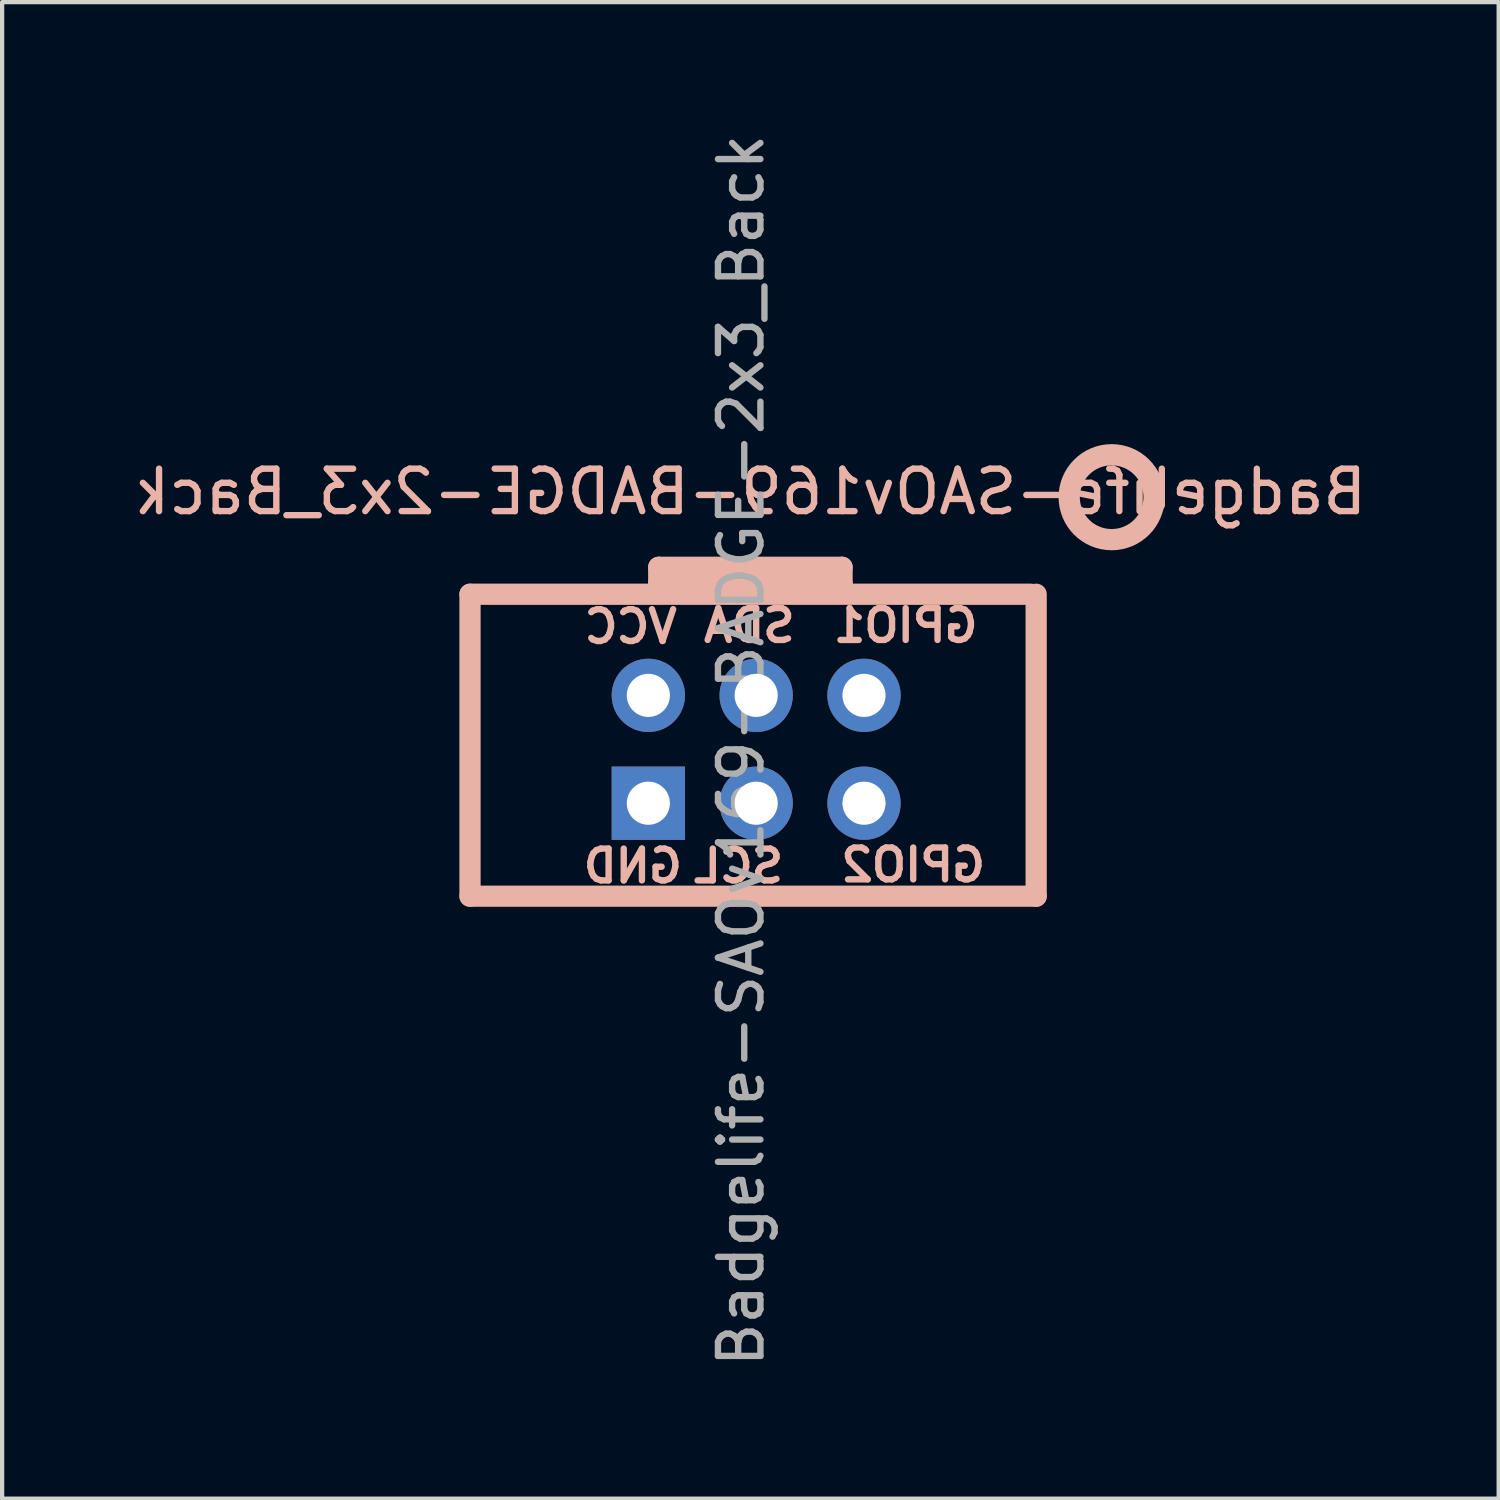
<source format=kicad_pcb>
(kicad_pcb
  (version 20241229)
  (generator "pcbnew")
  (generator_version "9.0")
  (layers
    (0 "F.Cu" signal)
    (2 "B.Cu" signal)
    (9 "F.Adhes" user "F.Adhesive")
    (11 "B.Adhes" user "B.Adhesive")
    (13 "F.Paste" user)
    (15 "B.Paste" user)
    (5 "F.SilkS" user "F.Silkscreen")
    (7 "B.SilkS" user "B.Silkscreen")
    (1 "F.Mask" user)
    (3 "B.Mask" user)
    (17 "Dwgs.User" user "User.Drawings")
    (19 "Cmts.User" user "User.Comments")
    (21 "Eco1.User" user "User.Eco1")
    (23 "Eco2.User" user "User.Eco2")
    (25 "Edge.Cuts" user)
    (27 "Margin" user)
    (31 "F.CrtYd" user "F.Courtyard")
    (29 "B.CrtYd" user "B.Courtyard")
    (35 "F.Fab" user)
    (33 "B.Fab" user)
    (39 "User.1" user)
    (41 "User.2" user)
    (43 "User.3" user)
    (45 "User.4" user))
  (footprint "Badgelife-SAOv169-BADGE-2x3_Back"
    (layer "F.Cu")
    (at 14.371 14.681)
    (property "Reference" "Badgelife-SAOv169-BADGE-2x3_Back" (at 0.254 -6.147 180) (layer "B.SilkS") (effects (font (size 1 1) (thickness 0.15)) (justify mirror)))
    (attr through_hole)
    (fp_line (start -6.35 -3.734) (end -6.35 3.378) (stroke (width 0.5) (type solid)) (layer "B.SilkS"))
    (fp_line (start -6.35 3.378) (end 6.985 3.378) (stroke (width 0.5) (type solid)) (layer "B.SilkS"))
    (fp_line (start -1.905 -4.369) (end -1.905 -3.861) (stroke (width 0.5) (type solid)) (layer "B.SilkS"))
    (fp_line (start -1.905 -3.988) (end 2.413 -3.988) (stroke (width 0.5) (type solid)) (layer "B.SilkS"))
    (fp_line (start 2.413 -4.369) (end -1.905 -4.369) (stroke (width 0.5) (type solid)) (layer "B.SilkS"))
    (fp_line (start 2.413 -3.861) (end 2.413 -4.369) (stroke (width 0.5) (type solid)) (layer "B.SilkS"))
    (fp_line (start 6.858 -3.734) (end -6.35 -3.734) (stroke (width 0.5) (type solid)) (layer "B.SilkS"))
    (fp_line (start 6.985 3.378) (end 6.985 -3.734) (stroke (width 0.5) (type solid)) (layer "B.SilkS"))
    (fp_circle (center 8.763 -6.02) (end 7.763 -6.02) (stroke (width 0.5) (type solid)) (fill no) (layer "B.SilkS"))
    (fp_text user "SCL" (at -0.025 2.667 0) (layer "B.SilkS") (effects (font (size 0.75 0.75) (thickness 0.15)) (justify mirror)))
    (fp_text user "GND" (at -2.515 2.667 0) (layer "B.SilkS") (effects (font (size 0.75 0.75) (thickness 0.15)) (justify mirror)))
    (fp_text user "VCC" (at -2.565 -2.972 0) (layer "B.SilkS") (effects (font (size 0.75 0.75) (thickness 0.15)) (justify mirror)))
    (fp_text user "GPIO1" (at 3.912 -2.997 0) (layer "B.SilkS") (effects (font (size 0.75 0.75) (thickness 0.15)) (justify mirror)))
    (fp_text user "SDA" (at 0.229 -2.997 0) (layer "B.SilkS") (effects (font (size 0.75 0.75) (thickness 0.15)) (justify mirror)))
    (fp_text user "GPIO2" (at 4.089 2.642 0) (layer "B.SilkS") (effects (font (size 0.75 0.75) (thickness 0.15)) (justify mirror)))
    (fp_text user "${REFERENCE}" (at 0.035 -0.056 270) (layer "F.Fab") (effects (font (size 1 1) (thickness 0.15))))
    (pad "1" thru_hole oval (at -2.15 -1.352 270) (size 1.727 1.727) (drill 1.016) (layers "*.Cu" "*.Mask"))
    (pad "2" thru_hole rect (at -2.15 1.188 270) (size 1.727 1.727) (drill 1.016) (layers "*.Cu" "*.Mask"))
    (pad "3" thru_hole oval (at 0.39 -1.352 270) (size 1.727 1.727) (drill 1.016) (layers "*.Cu" "*.Mask"))
    (pad "4" thru_hole oval (at 0.39 1.188 270) (size 1.727 1.727) (drill 1.016) (layers "*.Cu" "*.Mask"))
    (pad "5" thru_hole circle (at 2.93 -1.352 270) (size 1.727 1.727) (drill 1.016) (layers "*.Cu" "*.Mask"))
    (pad "6" thru_hole circle (at 2.93 1.188 270) (size 1.727 1.727) (drill 1.016) (layers "*.Cu" "*.Mask")))
  (gr_rect
    (start -3 -3)
    (end 32.25 32.25)
    (stroke (width 0.1) (type default))
    (fill no)
    (layer "Edge.Cuts")))
</source>
